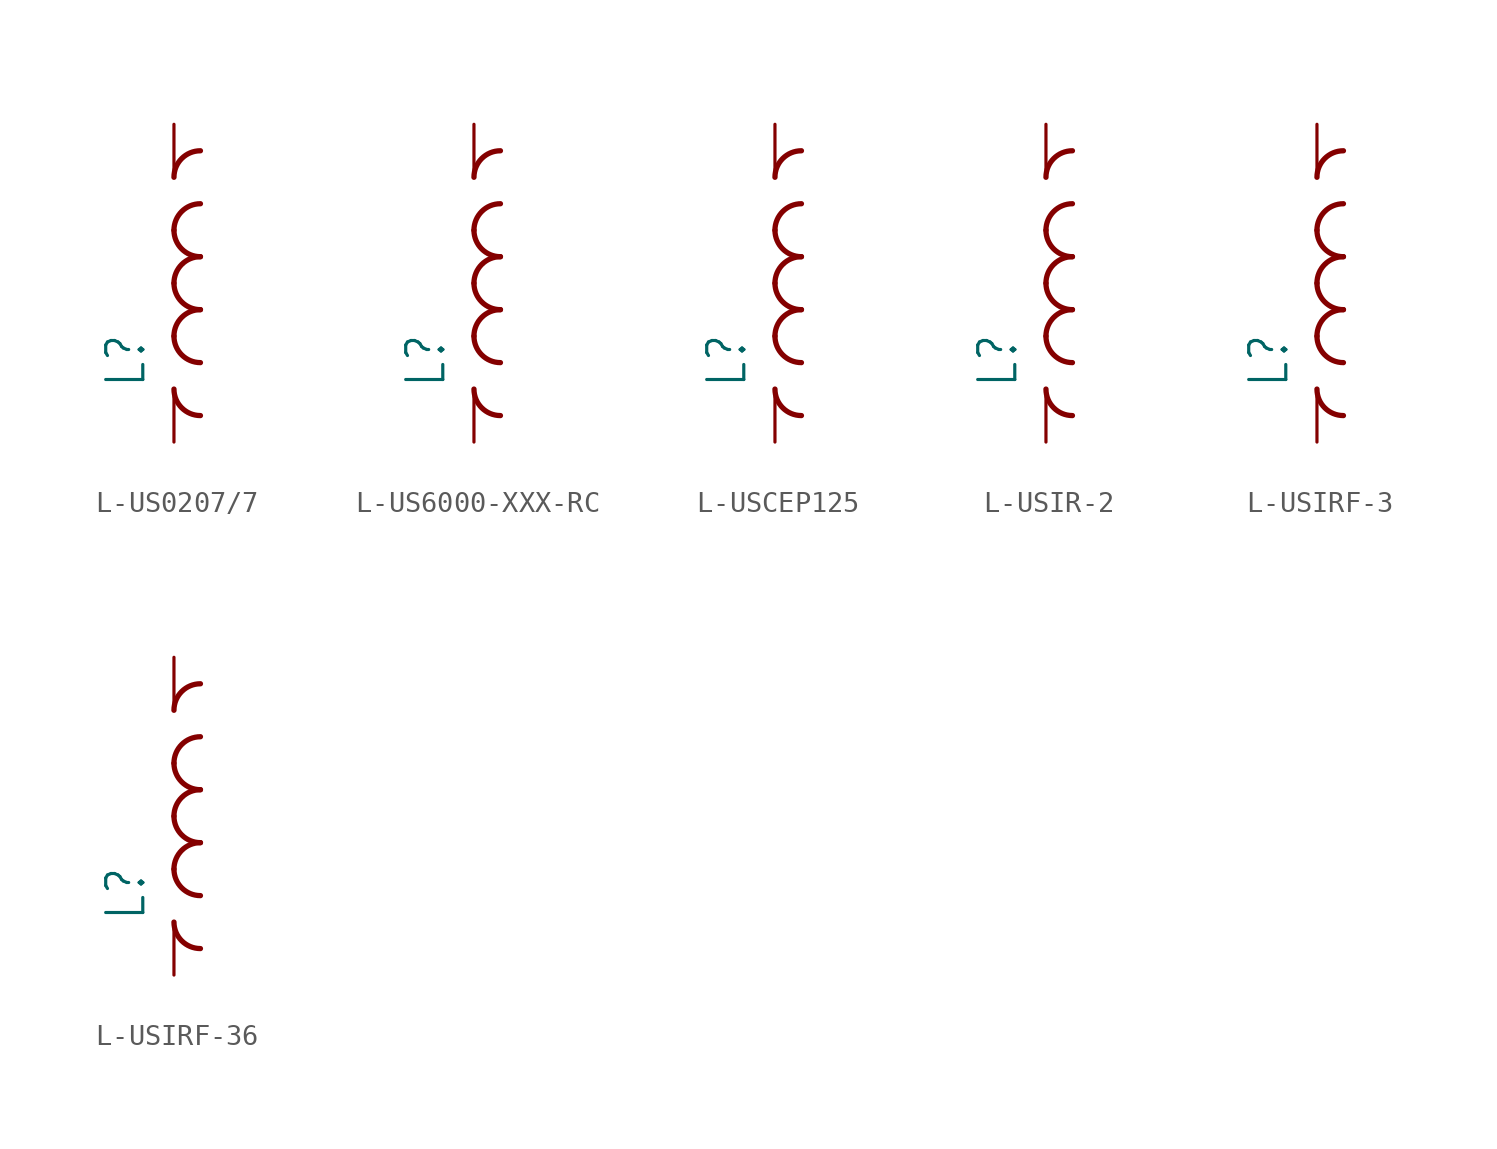
<source format=kicad_sym>
(kicad_symbol_lib
  (version 20241209)
  (generator "kicad_symbol_editor")
  (generator_version "9.0")
  (symbol "L-US0207/7"
    (property "Reference" "L"
      (at -1.27 -5.08 90)
      (effects (font (size 1.778 1.511)) (justify left bottom)))
    (property "Value" ""
      (at 3.81 -5.08 90)
      (effects (font (size 1.778 1.511)) (justify left bottom)))
    (property "ki_locked" ""
      (at 0 0 0)
      (effects (font (size 1.27 1.27))))
    (symbol "L-US0207/7_1_0"
      (arc (start 0 5.08) (mid 0.372 5.978) (end 1.27 6.35) (stroke (width 0.254) (type solid)) (fill (type none)))
      (arc (start 0 2.54) (mid 0.372 3.438) (end 1.27 3.81) (stroke (width 0.254) (type solid)) (fill (type none)))
      (arc (start 1.27 1.27) (mid 0.372 1.642) (end 0 2.54) (stroke (width 0.254) (type solid)) (fill (type none)))
      (arc (start 0 0) (mid 0.372 0.898) (end 1.27 1.27) (stroke (width 0.254) (type solid)) (fill (type none)))
      (arc (start 1.27 -1.27) (mid 0.372 -0.898) (end 0 0) (stroke (width 0.254) (type solid)) (fill (type none)))
      (arc (start 0 -2.54) (mid 0.372 -1.642) (end 1.27 -1.27) (stroke (width 0.254) (type solid)) (fill (type none)))
      (arc (start 1.27 -3.81) (mid 0.372 -3.438) (end 0 -2.54) (stroke (width 0.254) (type solid)) (fill (type none)))
      (arc (start 1.27 -6.35) (mid 0.372 -5.978) (end 0 -5.08) (stroke (width 0.254) (type solid)) (fill (type none)))
      (pin passive line (at 0 7.62 270) (length 2.54) (name "1" (effects (font (size 0 0)))) (number "1" (effects (font (size 0 0)))))
      (pin passive line (at 0 -7.62 90) (length 2.54) (name "2" (effects (font (size 0 0)))) (number "2" (effects (font (size 0 0)))))))
  (symbol "L-US6000-XXX-RC"
    (property "Reference" "L"
      (at -1.27 -5.08 90)
      (effects (font (size 1.778 1.511)) (justify left bottom)))
    (property "Value" ""
      (at 3.81 -5.08 90)
      (effects (font (size 1.778 1.511)) (justify left bottom)))
    (property "ki_locked" ""
      (at 0 0 0)
      (effects (font (size 1.27 1.27))))
    (symbol "L-US6000-XXX-RC_1_0"
      (arc (start 0 5.08) (mid 0.372 5.978) (end 1.27 6.35) (stroke (width 0.254) (type solid)) (fill (type none)))
      (arc (start 0 2.54) (mid 0.372 3.438) (end 1.27 3.81) (stroke (width 0.254) (type solid)) (fill (type none)))
      (arc (start 1.27 1.27) (mid 0.372 1.642) (end 0 2.54) (stroke (width 0.254) (type solid)) (fill (type none)))
      (arc (start 0 0) (mid 0.372 0.898) (end 1.27 1.27) (stroke (width 0.254) (type solid)) (fill (type none)))
      (arc (start 1.27 -1.27) (mid 0.372 -0.898) (end 0 0) (stroke (width 0.254) (type solid)) (fill (type none)))
      (arc (start 0 -2.54) (mid 0.372 -1.642) (end 1.27 -1.27) (stroke (width 0.254) (type solid)) (fill (type none)))
      (arc (start 1.27 -3.81) (mid 0.372 -3.438) (end 0 -2.54) (stroke (width 0.254) (type solid)) (fill (type none)))
      (arc (start 1.27 -6.35) (mid 0.372 -5.978) (end 0 -5.08) (stroke (width 0.254) (type solid)) (fill (type none)))
      (pin passive line (at 0 7.62 270) (length 2.54) (name "1" (effects (font (size 0 0)))) (number "1" (effects (font (size 0 0)))))
      (pin passive line (at 0 -7.62 90) (length 2.54) (name "2" (effects (font (size 0 0)))) (number "2" (effects (font (size 0 0)))))))
  (symbol "L-USCEP125"
    (property "Reference" "L"
      (at -1.27 -5.08 90)
      (effects (font (size 1.778 1.511)) (justify left bottom)))
    (property "Value" ""
      (at 3.81 -5.08 90)
      (effects (font (size 1.778 1.511)) (justify left bottom)))
    (property "ki_locked" ""
      (at 0 0 0)
      (effects (font (size 1.27 1.27))))
    (symbol "L-USCEP125_1_0"
      (arc (start 0 5.08) (mid 0.372 5.978) (end 1.27 6.35) (stroke (width 0.254) (type solid)) (fill (type none)))
      (arc (start 0 2.54) (mid 0.372 3.438) (end 1.27 3.81) (stroke (width 0.254) (type solid)) (fill (type none)))
      (arc (start 1.27 1.27) (mid 0.372 1.642) (end 0 2.54) (stroke (width 0.254) (type solid)) (fill (type none)))
      (arc (start 0 0) (mid 0.372 0.898) (end 1.27 1.27) (stroke (width 0.254) (type solid)) (fill (type none)))
      (arc (start 1.27 -1.27) (mid 0.372 -0.898) (end 0 0) (stroke (width 0.254) (type solid)) (fill (type none)))
      (arc (start 0 -2.54) (mid 0.372 -1.642) (end 1.27 -1.27) (stroke (width 0.254) (type solid)) (fill (type none)))
      (arc (start 1.27 -3.81) (mid 0.372 -3.438) (end 0 -2.54) (stroke (width 0.254) (type solid)) (fill (type none)))
      (arc (start 1.27 -6.35) (mid 0.372 -5.978) (end 0 -5.08) (stroke (width 0.254) (type solid)) (fill (type none)))
      (pin passive line (at 0 7.62 270) (length 2.54) (name "1" (effects (font (size 0 0)))) (number "1" (effects (font (size 0 0)))))
      (pin passive line (at 0 -7.62 90) (length 2.54) (name "2" (effects (font (size 0 0)))) (number "2" (effects (font (size 0 0)))))))
  (symbol "L-USIR-2"
    (property "Reference" "L"
      (at -1.27 -5.08 90)
      (effects (font (size 1.778 1.511)) (justify left bottom)))
    (property "Value" ""
      (at 3.81 -5.08 90)
      (effects (font (size 1.778 1.511)) (justify left bottom)))
    (property "ki_locked" ""
      (at 0 0 0)
      (effects (font (size 1.27 1.27))))
    (symbol "L-USIR-2_1_0"
      (arc (start 0 5.08) (mid 0.372 5.978) (end 1.27 6.35) (stroke (width 0.254) (type solid)) (fill (type none)))
      (arc (start 0 2.54) (mid 0.372 3.438) (end 1.27 3.81) (stroke (width 0.254) (type solid)) (fill (type none)))
      (arc (start 1.27 1.27) (mid 0.372 1.642) (end 0 2.54) (stroke (width 0.254) (type solid)) (fill (type none)))
      (arc (start 0 0) (mid 0.372 0.898) (end 1.27 1.27) (stroke (width 0.254) (type solid)) (fill (type none)))
      (arc (start 1.27 -1.27) (mid 0.372 -0.898) (end 0 0) (stroke (width 0.254) (type solid)) (fill (type none)))
      (arc (start 0 -2.54) (mid 0.372 -1.642) (end 1.27 -1.27) (stroke (width 0.254) (type solid)) (fill (type none)))
      (arc (start 1.27 -3.81) (mid 0.372 -3.438) (end 0 -2.54) (stroke (width 0.254) (type solid)) (fill (type none)))
      (arc (start 1.27 -6.35) (mid 0.372 -5.978) (end 0 -5.08) (stroke (width 0.254) (type solid)) (fill (type none)))
      (pin passive line (at 0 7.62 270) (length 2.54) (name "1" (effects (font (size 0 0)))) (number "1" (effects (font (size 0 0)))))
      (pin passive line (at 0 -7.62 90) (length 2.54) (name "2" (effects (font (size 0 0)))) (number "2" (effects (font (size 0 0)))))))
  (symbol "L-USIRF-3"
    (property "Reference" "L"
      (at -1.27 -5.08 90)
      (effects (font (size 1.778 1.511)) (justify left bottom)))
    (property "Value" ""
      (at 3.81 -5.08 90)
      (effects (font (size 1.778 1.511)) (justify left bottom)))
    (property "ki_locked" ""
      (at 0 0 0)
      (effects (font (size 1.27 1.27))))
    (symbol "L-USIRF-3_1_0"
      (arc (start 0 5.08) (mid 0.372 5.978) (end 1.27 6.35) (stroke (width 0.254) (type solid)) (fill (type none)))
      (arc (start 0 2.54) (mid 0.372 3.438) (end 1.27 3.81) (stroke (width 0.254) (type solid)) (fill (type none)))
      (arc (start 1.27 1.27) (mid 0.372 1.642) (end 0 2.54) (stroke (width 0.254) (type solid)) (fill (type none)))
      (arc (start 0 0) (mid 0.372 0.898) (end 1.27 1.27) (stroke (width 0.254) (type solid)) (fill (type none)))
      (arc (start 1.27 -1.27) (mid 0.372 -0.898) (end 0 0) (stroke (width 0.254) (type solid)) (fill (type none)))
      (arc (start 0 -2.54) (mid 0.372 -1.642) (end 1.27 -1.27) (stroke (width 0.254) (type solid)) (fill (type none)))
      (arc (start 1.27 -3.81) (mid 0.372 -3.438) (end 0 -2.54) (stroke (width 0.254) (type solid)) (fill (type none)))
      (arc (start 1.27 -6.35) (mid 0.372 -5.978) (end 0 -5.08) (stroke (width 0.254) (type solid)) (fill (type none)))
      (pin passive line (at 0 7.62 270) (length 2.54) (name "1" (effects (font (size 0 0)))) (number "1" (effects (font (size 0 0)))))
      (pin passive line (at 0 -7.62 90) (length 2.54) (name "2" (effects (font (size 0 0)))) (number "2" (effects (font (size 0 0)))))))
  (symbol "L-USIRF-36"
    (property "Reference" "L"
      (at -1.27 -5.08 90)
      (effects (font (size 1.778 1.511)) (justify left bottom)))
    (property "Value" ""
      (at 3.81 -5.08 90)
      (effects (font (size 1.778 1.511)) (justify left bottom)))
    (property "ki_locked" ""
      (at 0 0 0)
      (effects (font (size 1.27 1.27))))
    (symbol "L-USIRF-36_1_0"
      (arc (start 0 5.08) (mid 0.372 5.978) (end 1.27 6.35) (stroke (width 0.254) (type solid)) (fill (type none)))
      (arc (start 0 2.54) (mid 0.372 3.438) (end 1.27 3.81) (stroke (width 0.254) (type solid)) (fill (type none)))
      (arc (start 1.27 1.27) (mid 0.372 1.642) (end 0 2.54) (stroke (width 0.254) (type solid)) (fill (type none)))
      (arc (start 0 0) (mid 0.372 0.898) (end 1.27 1.27) (stroke (width 0.254) (type solid)) (fill (type none)))
      (arc (start 1.27 -1.27) (mid 0.372 -0.898) (end 0 0) (stroke (width 0.254) (type solid)) (fill (type none)))
      (arc (start 0 -2.54) (mid 0.372 -1.642) (end 1.27 -1.27) (stroke (width 0.254) (type solid)) (fill (type none)))
      (arc (start 1.27 -3.81) (mid 0.372 -3.438) (end 0 -2.54) (stroke (width 0.254) (type solid)) (fill (type none)))
      (arc (start 1.27 -6.35) (mid 0.372 -5.978) (end 0 -5.08) (stroke (width 0.254) (type solid)) (fill (type none)))
      (pin passive line (at 0 7.62 270) (length 2.54) (name "1" (effects (font (size 0 0)))) (number "1" (effects (font (size 0 0)))))
      (pin passive line (at 0 -7.62 90) (length 2.54) (name "2" (effects (font (size 0 0)))) (number "2" (effects (font (size 0 0))))))))
</source>
